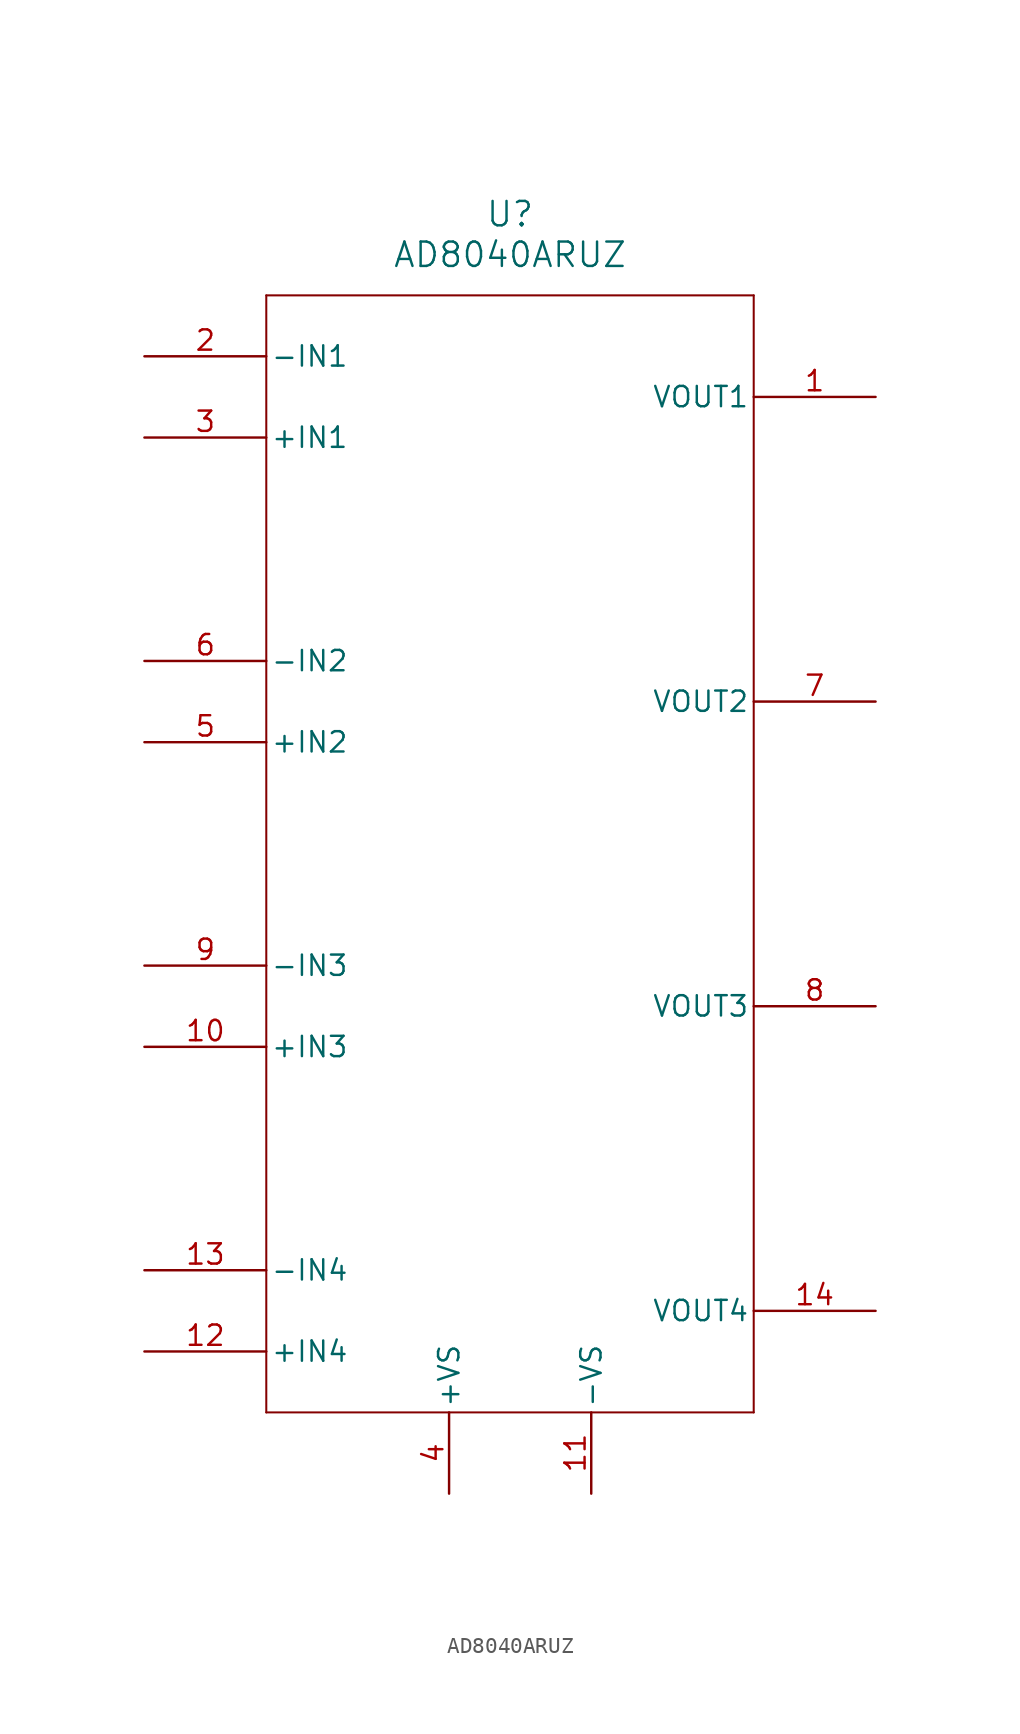
<source format=kicad_sym>
(kicad_symbol_lib
  (version 20241209)
  (generator "kicad_symbol_editor")
  (generator_version "9.0")
  (symbol "AD8040ARUZ"
    (pin_names
      (offset 0.254))
    (property "Reference" "U"
      (at 22.86 10.16 0)
      (effects (font (size 1.524 1.524))))
    (property "Value" "AD8040ARUZ"
      (at 22.86 7.62 0)
      (effects (font (size 1.524 1.524))))
    (property "ki_locked" ""
      (at 0 0 0)
      (effects (font (size 1.27 1.27))))
    (symbol "AD8040ARUZ_0_1"
      (polyline (pts (xy 7.62 5.08) (xy 7.62 -64.77)) (stroke (width 0.127) (type default)) (fill (type none)))
      (polyline (pts (xy 7.62 -64.77) (xy 38.1 -64.77)) (stroke (width 0.127) (type default)) (fill (type none)))
      (polyline (pts (xy 38.1 5.08) (xy 7.62 5.08)) (stroke (width 0.127) (type default)) (fill (type none)))
      (polyline (pts (xy 38.1 -64.77) (xy 38.1 5.08)) (stroke (width 0.127) (type default)) (fill (type none)))
      (pin passive line (at 0 1.27 0) (length 7.62) (name "-IN1" (effects (font (size 1.27 1.27)))) (number "2" (effects (font (size 1.27 1.27)))))
      (pin passive line (at 0 -3.81 0) (length 7.62) (name "+IN1" (effects (font (size 1.27 1.27)))) (number "3" (effects (font (size 1.27 1.27)))))
      (pin passive line (at 0 -17.78 0) (length 7.62) (name "-IN2" (effects (font (size 1.27 1.27)))) (number "6" (effects (font (size 1.27 1.27)))))
      (pin passive line (at 0 -22.86 0) (length 7.62) (name "+IN2" (effects (font (size 1.27 1.27)))) (number "5" (effects (font (size 1.27 1.27)))))
      (pin passive line (at 0 -36.83 0) (length 7.62) (name "-IN3" (effects (font (size 1.27 1.27)))) (number "9" (effects (font (size 1.27 1.27)))))
      (pin passive line (at 0 -41.91 0) (length 7.62) (name "+IN3" (effects (font (size 1.27 1.27)))) (number "10" (effects (font (size 1.27 1.27)))))
      (pin passive line (at 0 -55.88 0) (length 7.62) (name "-IN4" (effects (font (size 1.27 1.27)))) (number "13" (effects (font (size 1.27 1.27)))))
      (pin passive line (at 0 -60.96 0) (length 7.62) (name "+IN4" (effects (font (size 1.27 1.27)))) (number "12" (effects (font (size 1.27 1.27)))))
      (pin passive line (at 19.05 -69.85 90) (length 5.08) (name "+VS" (effects (font (size 1.27 1.27)))) (number "4" (effects (font (size 1.27 1.27)))))
      (pin passive line (at 27.94 -69.85 90) (length 5.08) (name "-VS" (effects (font (size 1.27 1.27)))) (number "11" (effects (font (size 1.27 1.27)))))
      (pin passive line (at 45.72 -1.27 180) (length 7.62) (name "VOUT1" (effects (font (size 1.27 1.27)))) (number "1" (effects (font (size 1.27 1.27)))))
      (pin passive line (at 45.72 -20.32 180) (length 7.62) (name "VOUT2" (effects (font (size 1.27 1.27)))) (number "7" (effects (font (size 1.27 1.27)))))
      (pin passive line (at 45.72 -39.37 180) (length 7.62) (name "VOUT3" (effects (font (size 1.27 1.27)))) (number "8" (effects (font (size 1.27 1.27)))))
      (pin passive line (at 45.72 -58.42 180) (length 7.62) (name "VOUT4" (effects (font (size 1.27 1.27)))) (number "14" (effects (font (size 1.27 1.27))))))))
</source>
